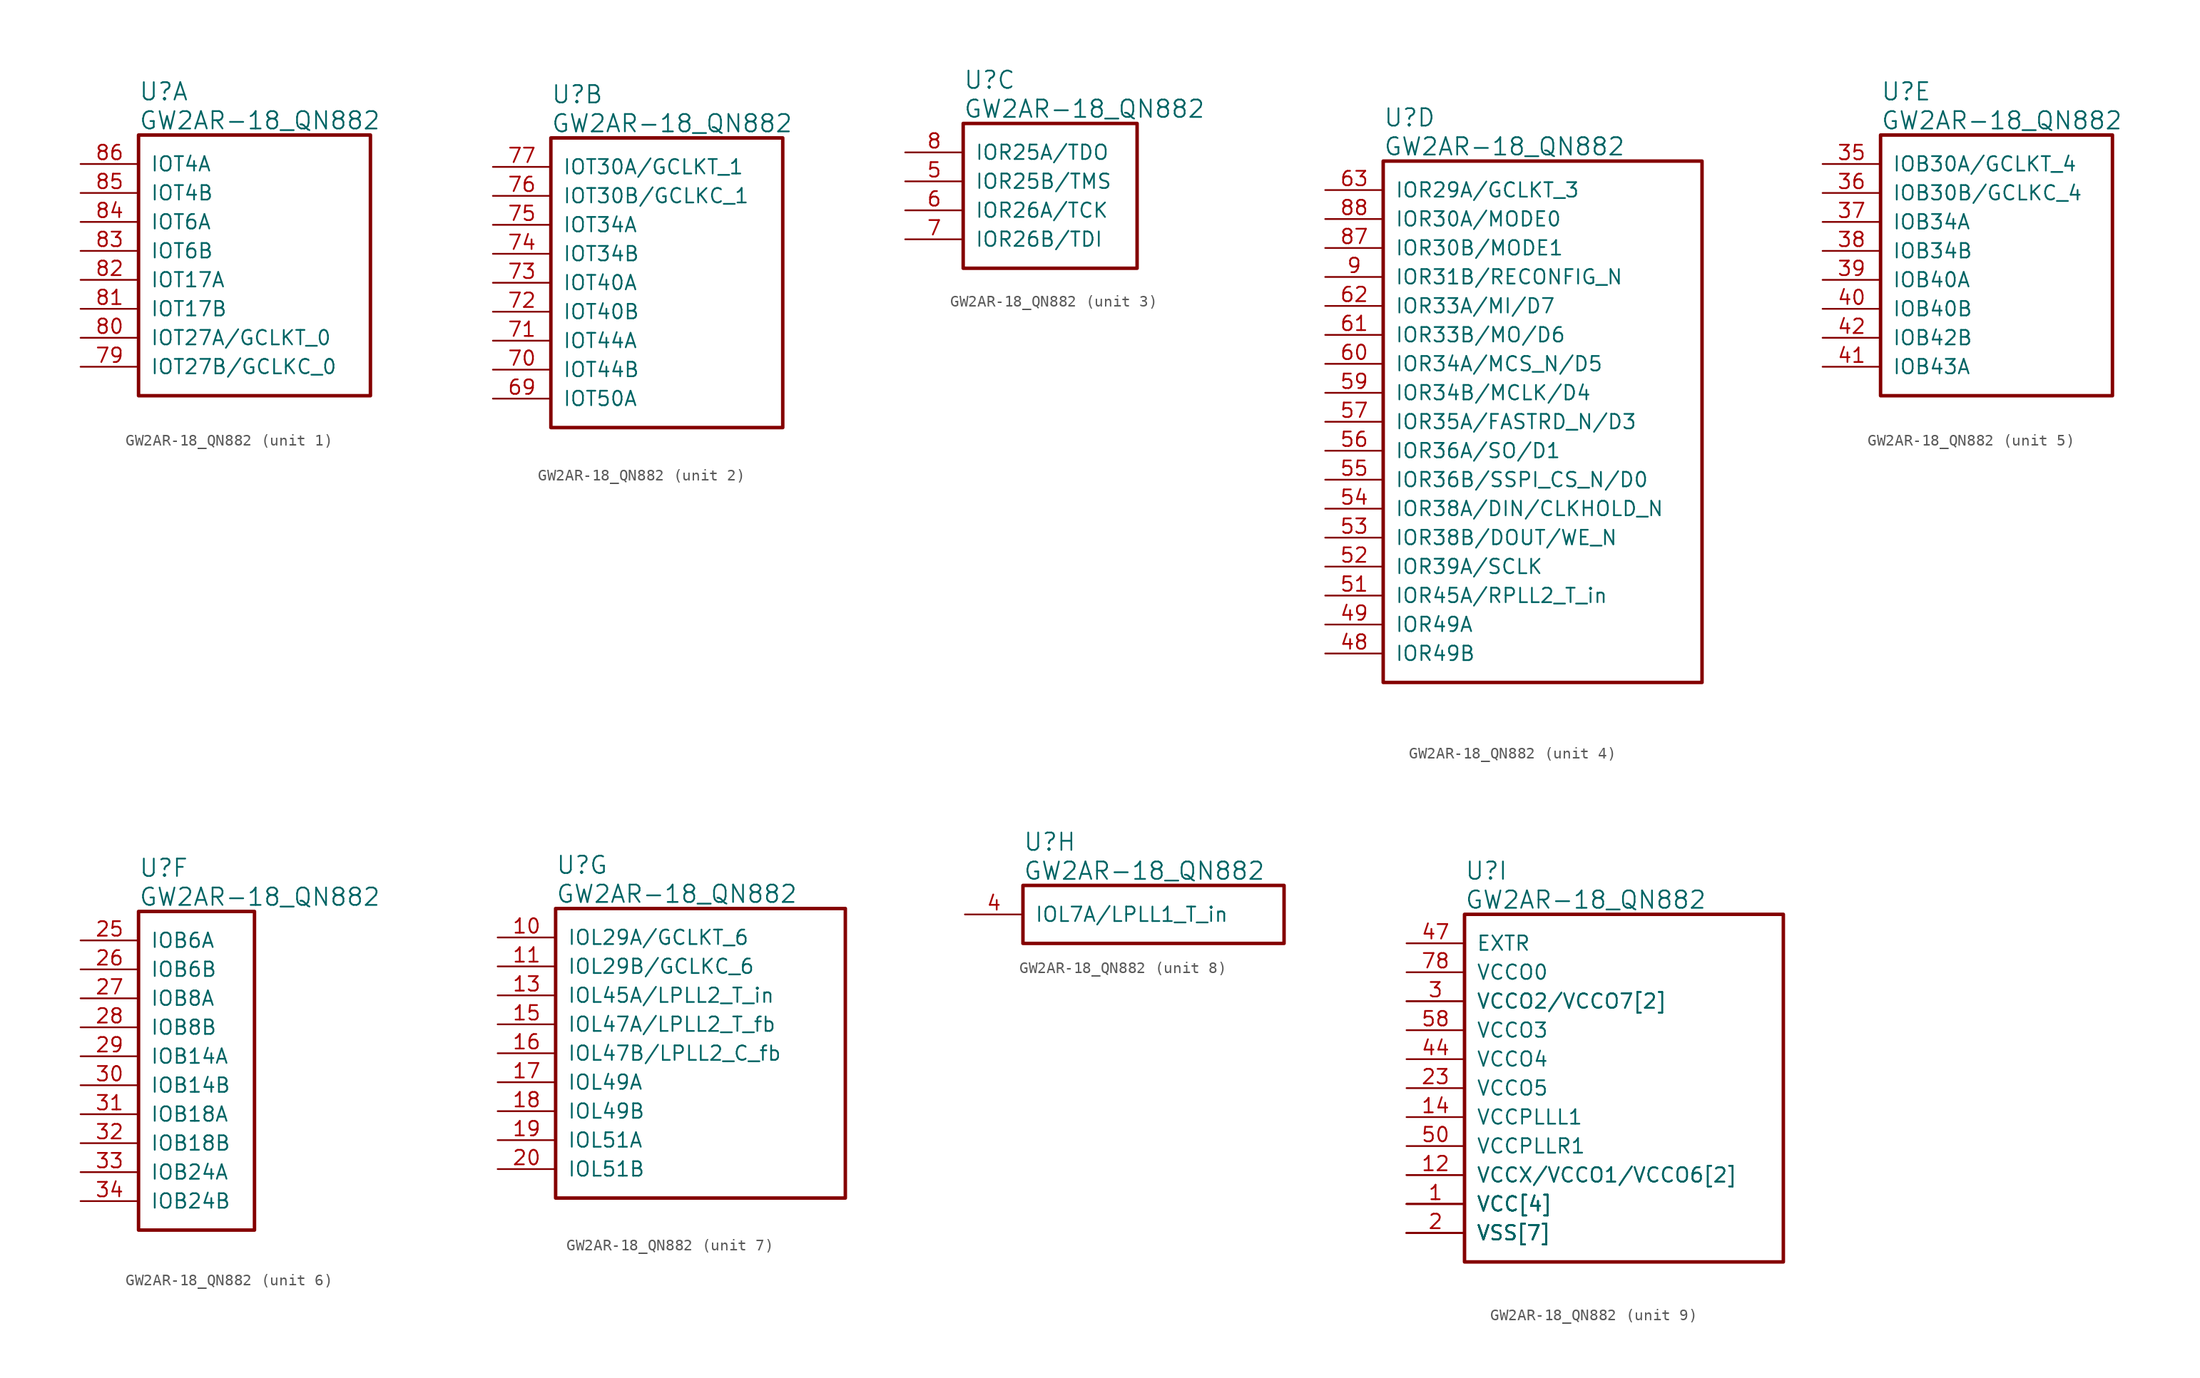
<source format=kicad_sym>
(kicad_symbol_lib
  (version 20220914)
  (generator kicad_symbol_editor)
  (symbol "GW2AR-18_QN882"
    (pin_names
      (offset 1.016))
    (property "Reference" "U"
      (at 5.08 6.35 0)
      (effects (font (size 1.524 1.524)) (justify left)))
    (property "Value" "GW2AR-18_QN882"
      (at 5.08 3.81 0)
      (effects (font (size 1.524 1.524)) (justify left)))
    (property "ki_locked" ""
      (at 0 0 0)
      (effects (font (size 1.27 1.27))))
    (symbol "GW2AR-18_QN882_1_1"
      (rectangle (start 5.08 2.54) (end 25.4 -20.32) (stroke (width 0.305) (type solid)) (fill (type none)))
      (pin bidirectional line (at 0 -17.78 0) (length 5.08) (name "IOT27B/GCLKC_0" (effects (font (size 1.27 1.27)))) (number "79" (effects (font (size 1.27 1.27)))))
      (pin bidirectional line (at 0 -15.24 0) (length 5.08) (name "IOT27A/GCLKT_0" (effects (font (size 1.27 1.27)))) (number "80" (effects (font (size 1.27 1.27)))))
      (pin bidirectional line (at 0 -12.7 0) (length 5.08) (name "IOT17B" (effects (font (size 1.27 1.27)))) (number "81" (effects (font (size 1.27 1.27)))))
      (pin bidirectional line (at 0 -10.16 0) (length 5.08) (name "IOT17A" (effects (font (size 1.27 1.27)))) (number "82" (effects (font (size 1.27 1.27)))))
      (pin bidirectional line (at 0 -7.62 0) (length 5.08) (name "IOT6B" (effects (font (size 1.27 1.27)))) (number "83" (effects (font (size 1.27 1.27)))))
      (pin bidirectional line (at 0 -5.08 0) (length 5.08) (name "IOT6A" (effects (font (size 1.27 1.27)))) (number "84" (effects (font (size 1.27 1.27)))))
      (pin bidirectional line (at 0 -2.54 0) (length 5.08) (name "IOT4B" (effects (font (size 1.27 1.27)))) (number "85" (effects (font (size 1.27 1.27)))))
      (pin bidirectional line (at 0 0 0) (length 5.08) (name "IOT4A" (effects (font (size 1.27 1.27)))) (number "86" (effects (font (size 1.27 1.27))))))
    (symbol "GW2AR-18_QN882_2_1"
      (rectangle (start 5.08 2.54) (end 25.4 -22.86) (stroke (width 0.305) (type solid)) (fill (type none)))
      (pin bidirectional line (at 0 -20.32 0) (length 5.08) (name "IOT50A" (effects (font (size 1.27 1.27)))) (number "69" (effects (font (size 1.27 1.27)))))
      (pin bidirectional line (at 0 -17.78 0) (length 5.08) (name "IOT44B" (effects (font (size 1.27 1.27)))) (number "70" (effects (font (size 1.27 1.27)))))
      (pin bidirectional line (at 0 -15.24 0) (length 5.08) (name "IOT44A" (effects (font (size 1.27 1.27)))) (number "71" (effects (font (size 1.27 1.27)))))
      (pin bidirectional line (at 0 -12.7 0) (length 5.08) (name "IOT40B" (effects (font (size 1.27 1.27)))) (number "72" (effects (font (size 1.27 1.27)))))
      (pin bidirectional line (at 0 -10.16 0) (length 5.08) (name "IOT40A" (effects (font (size 1.27 1.27)))) (number "73" (effects (font (size 1.27 1.27)))))
      (pin bidirectional line (at 0 -7.62 0) (length 5.08) (name "IOT34B" (effects (font (size 1.27 1.27)))) (number "74" (effects (font (size 1.27 1.27)))))
      (pin bidirectional line (at 0 -5.08 0) (length 5.08) (name "IOT34A" (effects (font (size 1.27 1.27)))) (number "75" (effects (font (size 1.27 1.27)))))
      (pin bidirectional line (at 0 -2.54 0) (length 5.08) (name "IOT30B/GCLKC_1" (effects (font (size 1.27 1.27)))) (number "76" (effects (font (size 1.27 1.27)))))
      (pin bidirectional line (at 0 0 0) (length 5.08) (name "IOT30A/GCLKT_1" (effects (font (size 1.27 1.27)))) (number "77" (effects (font (size 1.27 1.27))))))
    (symbol "GW2AR-18_QN882_3_1"
      (rectangle (start 5.08 2.54) (end 20.32 -10.16) (stroke (width 0.305) (type solid)) (fill (type none)))
      (pin bidirectional line (at 0 -2.54 0) (length 5.08) (name "IOR25B/TMS" (effects (font (size 1.27 1.27)))) (number "5" (effects (font (size 1.27 1.27)))))
      (pin bidirectional line (at 0 -5.08 0) (length 5.08) (name "IOR26A/TCK" (effects (font (size 1.27 1.27)))) (number "6" (effects (font (size 1.27 1.27)))))
      (pin bidirectional line (at 0 -7.62 0) (length 5.08) (name "IOR26B/TDI" (effects (font (size 1.27 1.27)))) (number "7" (effects (font (size 1.27 1.27)))))
      (pin bidirectional line (at 0 0 0) (length 5.08) (name "IOR25A/TDO" (effects (font (size 1.27 1.27)))) (number "8" (effects (font (size 1.27 1.27))))))
    (symbol "GW2AR-18_QN882_4_1"
      (rectangle (start 5.08 2.54) (end 33.02 -43.18) (stroke (width 0.305) (type solid)) (fill (type none)))
      (pin bidirectional line (at 0 -40.64 0) (length 5.08) (name "IOR49B" (effects (font (size 1.27 1.27)))) (number "48" (effects (font (size 1.27 1.27)))))
      (pin bidirectional line (at 0 -38.1 0) (length 5.08) (name "IOR49A" (effects (font (size 1.27 1.27)))) (number "49" (effects (font (size 1.27 1.27)))))
      (pin bidirectional line (at 0 -35.56 0) (length 5.08) (name "IOR45A/RPLL2_T_in" (effects (font (size 1.27 1.27)))) (number "51" (effects (font (size 1.27 1.27)))))
      (pin bidirectional line (at 0 -33.02 0) (length 5.08) (name "IOR39A/SCLK" (effects (font (size 1.27 1.27)))) (number "52" (effects (font (size 1.27 1.27)))))
      (pin bidirectional line (at 0 -30.48 0) (length 5.08) (name "IOR38B/DOUT/WE_N" (effects (font (size 1.27 1.27)))) (number "53" (effects (font (size 1.27 1.27)))))
      (pin bidirectional line (at 0 -27.94 0) (length 5.08) (name "IOR38A/DIN/CLKHOLD_N" (effects (font (size 1.27 1.27)))) (number "54" (effects (font (size 1.27 1.27)))))
      (pin bidirectional line (at 0 -25.4 0) (length 5.08) (name "IOR36B/SSPI_CS_N/D0" (effects (font (size 1.27 1.27)))) (number "55" (effects (font (size 1.27 1.27)))))
      (pin bidirectional line (at 0 -22.86 0) (length 5.08) (name "IOR36A/SO/D1" (effects (font (size 1.27 1.27)))) (number "56" (effects (font (size 1.27 1.27)))))
      (pin bidirectional line (at 0 -20.32 0) (length 5.08) (name "IOR35A/FASTRD_N/D3" (effects (font (size 1.27 1.27)))) (number "57" (effects (font (size 1.27 1.27)))))
      (pin bidirectional line (at 0 -17.78 0) (length 5.08) (name "IOR34B/MCLK/D4" (effects (font (size 1.27 1.27)))) (number "59" (effects (font (size 1.27 1.27)))))
      (pin bidirectional line (at 0 -15.24 0) (length 5.08) (name "IOR34A/MCS_N/D5" (effects (font (size 1.27 1.27)))) (number "60" (effects (font (size 1.27 1.27)))))
      (pin bidirectional line (at 0 -12.7 0) (length 5.08) (name "IOR33B/MO/D6" (effects (font (size 1.27 1.27)))) (number "61" (effects (font (size 1.27 1.27)))))
      (pin bidirectional line (at 0 -10.16 0) (length 5.08) (name "IOR33A/MI/D7" (effects (font (size 1.27 1.27)))) (number "62" (effects (font (size 1.27 1.27)))))
      (pin bidirectional line (at 0 0 0) (length 5.08) (name "IOR29A/GCLKT_3" (effects (font (size 1.27 1.27)))) (number "63" (effects (font (size 1.27 1.27)))))
      (pin bidirectional line (at 0 -5.08 0) (length 5.08) (name "IOR30B/MODE1" (effects (font (size 1.27 1.27)))) (number "87" (effects (font (size 1.27 1.27)))))
      (pin bidirectional line (at 0 -2.54 0) (length 5.08) (name "IOR30A/MODE0" (effects (font (size 1.27 1.27)))) (number "88" (effects (font (size 1.27 1.27)))))
      (pin bidirectional line (at 0 -7.62 0) (length 5.08) (name "IOR31B/RECONFIG_N" (effects (font (size 1.27 1.27)))) (number "9" (effects (font (size 1.27 1.27))))))
    (symbol "GW2AR-18_QN882_5_1"
      (rectangle (start 5.08 2.54) (end 25.4 -20.32) (stroke (width 0.305) (type solid)) (fill (type none)))
      (pin bidirectional line (at 0 0 0) (length 5.08) (name "IOB30A/GCLKT_4" (effects (font (size 1.27 1.27)))) (number "35" (effects (font (size 1.27 1.27)))))
      (pin bidirectional line (at 0 -2.54 0) (length 5.08) (name "IOB30B/GCLKC_4" (effects (font (size 1.27 1.27)))) (number "36" (effects (font (size 1.27 1.27)))))
      (pin bidirectional line (at 0 -5.08 0) (length 5.08) (name "IOB34A" (effects (font (size 1.27 1.27)))) (number "37" (effects (font (size 1.27 1.27)))))
      (pin bidirectional line (at 0 -7.62 0) (length 5.08) (name "IOB34B" (effects (font (size 1.27 1.27)))) (number "38" (effects (font (size 1.27 1.27)))))
      (pin bidirectional line (at 0 -10.16 0) (length 5.08) (name "IOB40A" (effects (font (size 1.27 1.27)))) (number "39" (effects (font (size 1.27 1.27)))))
      (pin bidirectional line (at 0 -12.7 0) (length 5.08) (name "IOB40B" (effects (font (size 1.27 1.27)))) (number "40" (effects (font (size 1.27 1.27)))))
      (pin bidirectional line (at 0 -17.78 0) (length 5.08) (name "IOB43A" (effects (font (size 1.27 1.27)))) (number "41" (effects (font (size 1.27 1.27)))))
      (pin bidirectional line (at 0 -15.24 0) (length 5.08) (name "IOB42B" (effects (font (size 1.27 1.27)))) (number "42" (effects (font (size 1.27 1.27))))))
    (symbol "GW2AR-18_QN882_6_1"
      (rectangle (start 5.08 2.54) (end 15.24 -25.4) (stroke (width 0.305) (type solid)) (fill (type none)))
      (pin bidirectional line (at 0 0 0) (length 5.08) (name "IOB6A" (effects (font (size 1.27 1.27)))) (number "25" (effects (font (size 1.27 1.27)))))
      (pin bidirectional line (at 0 -2.54 0) (length 5.08) (name "IOB6B" (effects (font (size 1.27 1.27)))) (number "26" (effects (font (size 1.27 1.27)))))
      (pin bidirectional line (at 0 -5.08 0) (length 5.08) (name "IOB8A" (effects (font (size 1.27 1.27)))) (number "27" (effects (font (size 1.27 1.27)))))
      (pin bidirectional line (at 0 -7.62 0) (length 5.08) (name "IOB8B" (effects (font (size 1.27 1.27)))) (number "28" (effects (font (size 1.27 1.27)))))
      (pin bidirectional line (at 0 -10.16 0) (length 5.08) (name "IOB14A" (effects (font (size 1.27 1.27)))) (number "29" (effects (font (size 1.27 1.27)))))
      (pin bidirectional line (at 0 -12.7 0) (length 5.08) (name "IOB14B" (effects (font (size 1.27 1.27)))) (number "30" (effects (font (size 1.27 1.27)))))
      (pin bidirectional line (at 0 -15.24 0) (length 5.08) (name "IOB18A" (effects (font (size 1.27 1.27)))) (number "31" (effects (font (size 1.27 1.27)))))
      (pin bidirectional line (at 0 -17.78 0) (length 5.08) (name "IOB18B" (effects (font (size 1.27 1.27)))) (number "32" (effects (font (size 1.27 1.27)))))
      (pin bidirectional line (at 0 -20.32 0) (length 5.08) (name "IOB24A" (effects (font (size 1.27 1.27)))) (number "33" (effects (font (size 1.27 1.27)))))
      (pin bidirectional line (at 0 -22.86 0) (length 5.08) (name "IOB24B" (effects (font (size 1.27 1.27)))) (number "34" (effects (font (size 1.27 1.27))))))
    (symbol "GW2AR-18_QN882_7_1"
      (rectangle (start 5.08 2.54) (end 30.48 -22.86) (stroke (width 0.305) (type solid)) (fill (type none)))
      (pin bidirectional line (at 0 0 0) (length 5.08) (name "IOL29A/GCLKT_6" (effects (font (size 1.27 1.27)))) (number "10" (effects (font (size 1.27 1.27)))))
      (pin bidirectional line (at 0 -2.54 0) (length 5.08) (name "IOL29B/GCLKC_6" (effects (font (size 1.27 1.27)))) (number "11" (effects (font (size 1.27 1.27)))))
      (pin bidirectional line (at 0 -5.08 0) (length 5.08) (name "IOL45A/LPLL2_T_in" (effects (font (size 1.27 1.27)))) (number "13" (effects (font (size 1.27 1.27)))))
      (pin bidirectional line (at 0 -7.62 0) (length 5.08) (name "IOL47A/LPLL2_T_fb" (effects (font (size 1.27 1.27)))) (number "15" (effects (font (size 1.27 1.27)))))
      (pin bidirectional line (at 0 -10.16 0) (length 5.08) (name "IOL47B/LPLL2_C_fb" (effects (font (size 1.27 1.27)))) (number "16" (effects (font (size 1.27 1.27)))))
      (pin bidirectional line (at 0 -12.7 0) (length 5.08) (name "IOL49A" (effects (font (size 1.27 1.27)))) (number "17" (effects (font (size 1.27 1.27)))))
      (pin bidirectional line (at 0 -15.24 0) (length 5.08) (name "IOL49B" (effects (font (size 1.27 1.27)))) (number "18" (effects (font (size 1.27 1.27)))))
      (pin bidirectional line (at 0 -17.78 0) (length 5.08) (name "IOL51A" (effects (font (size 1.27 1.27)))) (number "19" (effects (font (size 1.27 1.27)))))
      (pin bidirectional line (at 0 -20.32 0) (length 5.08) (name "IOL51B" (effects (font (size 1.27 1.27)))) (number "20" (effects (font (size 1.27 1.27))))))
    (symbol "GW2AR-18_QN882_8_1"
      (rectangle (start 5.08 2.54) (end 27.94 -2.54) (stroke (width 0.305) (type solid)) (fill (type none)))
      (pin bidirectional line (at 0 0 0) (length 5.08) (name "IOL7A/LPLL1_T_in" (effects (font (size 1.27 1.27)))) (number "4" (effects (font (size 1.27 1.27))))))
    (symbol "GW2AR-18_QN882_9_1"
      (rectangle (start 5.08 2.54) (end 33.02 -27.94) (stroke (width 0.305) (type solid)) (fill (type none)))
      (pin power_in line (at 0 -22.86 0) (length 5.08) (name "VCC[4]" (effects (font (size 1.27 1.27)))) (number "1" (effects (font (size 1.27 1.27)))))
      (pin power_in line (at 0 -20.32 0) (length 5.08) (name "VCCX/VCCO1/VCCO6[2]" (effects (font (size 1.27 1.27)))) (number "12" (effects (font (size 1.27 1.27)))))
      (pin power_in line (at 0 -15.24 0) (length 5.08) (name "VCCPLLL1" (effects (font (size 1.27 1.27)))) (number "14" (effects (font (size 1.27 1.27)))))
      (pin power_in line (at 0 -25.4 0) (length 5.08) (name "VSS[7]" (effects (font (size 1.27 1.27)))) (number "2" (effects (font (size 1.27 1.27)))))
      (pin power_in line (at 0 -25.4 0) (length 5.08) (name "VSS[7]" (effects (font (size 1.27 1.27)))) (number "21" (effects (font (size 0 0)))))
      (pin power_in line (at 0 -22.86 0) (length 5.08) (name "VCC[4]" (effects (font (size 1.27 1.27)))) (number "22" (effects (font (size 0 0)))))
      (pin power_in line (at 0 -12.7 0) (length 5.08) (name "VCCO5" (effects (font (size 1.27 1.27)))) (number "23" (effects (font (size 1.27 1.27)))))
      (pin power_in line (at 0 -25.4 0) (length 5.08) (name "VSS[7]" (effects (font (size 1.27 1.27)))) (number "24" (effects (font (size 0 0)))))
      (pin power_in line (at 0 -5.08 0) (length 5.08) (name "VCCO2/VCCO7[2]" (effects (font (size 1.27 1.27)))) (number "3" (effects (font (size 1.27 1.27)))))
      (pin power_in line (at 0 -25.4 0) (length 5.08) (name "VSS[7]" (effects (font (size 1.27 1.27)))) (number "43" (effects (font (size 0 0)))))
      (pin power_in line (at 0 -10.16 0) (length 5.08) (name "VCCO4" (effects (font (size 1.27 1.27)))) (number "44" (effects (font (size 1.27 1.27)))))
      (pin power_in line (at 0 -22.86 0) (length 5.08) (name "VCC[4]" (effects (font (size 1.27 1.27)))) (number "45" (effects (font (size 0 0)))))
      (pin power_in line (at 0 -25.4 0) (length 5.08) (name "VSS[7]" (effects (font (size 1.27 1.27)))) (number "46" (effects (font (size 0 0)))))
      (pin power_in line (at 0 0 0) (length 5.08) (name "EXTR" (effects (font (size 1.27 1.27)))) (number "47" (effects (font (size 1.27 1.27)))))
      (pin power_in line (at 0 -17.78 0) (length 5.08) (name "VCCPLLR1" (effects (font (size 1.27 1.27)))) (number "50" (effects (font (size 1.27 1.27)))))
      (pin power_in line (at 0 -7.62 0) (length 5.08) (name "VCCO3" (effects (font (size 1.27 1.27)))) (number "58" (effects (font (size 1.27 1.27)))))
      (pin power_in line (at 0 -5.08 0) (length 5.08) (name "VCCO2/VCCO7[2]" (effects (font (size 1.27 1.27)))) (number "64" (effects (font (size 0 0)))))
      (pin power_in line (at 0 -25.4 0) (length 5.08) (name "VSS[7]" (effects (font (size 1.27 1.27)))) (number "65" (effects (font (size 0 0)))))
      (pin power_in line (at 0 -22.86 0) (length 5.08) (name "VCC[4]" (effects (font (size 1.27 1.27)))) (number "66" (effects (font (size 0 0)))))
      (pin power_in line (at 0 -20.32 0) (length 5.08) (name "VCCX/VCCO1/VCCO6[2]" (effects (font (size 1.27 1.27)))) (number "67" (effects (font (size 0 0)))))
      (pin power_in line (at 0 -25.4 0) (length 5.08) (name "VSS[7]" (effects (font (size 1.27 1.27)))) (number "68" (effects (font (size 0 0)))))
      (pin power_in line (at 0 -2.54 0) (length 5.08) (name "VCCO0" (effects (font (size 1.27 1.27)))) (number "78" (effects (font (size 1.27 1.27))))))))
</source>
